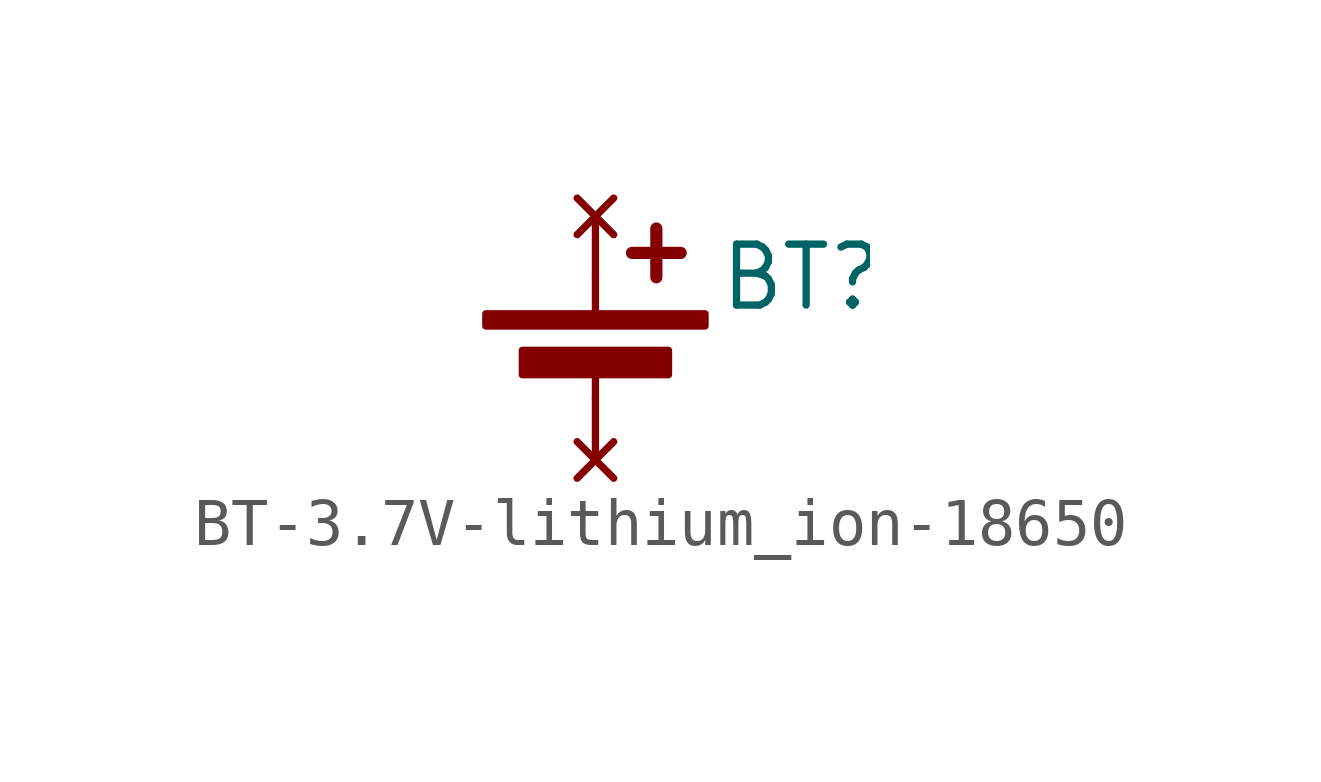
<source format=kicad_sym>
(kicad_symbol_lib
  (version 20241209)
  (generator "kicad_symbol_editor")
  (generator_version "9.0")
  (symbol "BT-3.7V-lithium_ion-18650"
    (pin_numbers
      (hide yes))
    (pin_names
      (offset 0)
      (hide yes))
    (property "Reference" "BT"
      (at 2.54 1.27 0)
      (effects (font (size 1.27 1.27)) (justify left)))
    (symbol "BT-3.7V-lithium_ion-18650_0_1"
      (rectangle (start -2.286 0.508) (end 2.286 0.254) (stroke (width 0) (type default)) (fill (type outline)))
      (rectangle (start -1.524 -0.254) (end 1.524 -0.762) (stroke (width 0) (type default)) (fill (type outline)))
      (polyline (pts (xy 0 0.508) (xy 0 1.27)) (stroke (width 0) (type default)) (fill (type none)))
      (polyline (pts (xy 0 -0.508) (xy 0 -1.27)) (stroke (width 0) (type default)) (fill (type none)))
      (polyline (pts (xy 0.762 1.778) (xy 1.778 1.778)) (stroke (width 0.254) (type default)) (fill (type none)))
      (polyline (pts (xy 1.27 2.286) (xy 1.27 1.27)) (stroke (width 0.254) (type default)) (fill (type none))))
    (symbol "BT-3.7V-lithium_ion-18650_1_1"
      (pin no_connect line (at 0 2.54 270) (length 1.27) (name "" (effects (font (size 1.27 1.27)))) (number "1" (effects (font (size 1.27 1.27)))))
      (pin no_connect line (at 0 -2.54 90) (length 1.27) (name "" (effects (font (size 1.27 1.27)))) (number "2" (effects (font (size 1.27 1.27))))))))
</source>
